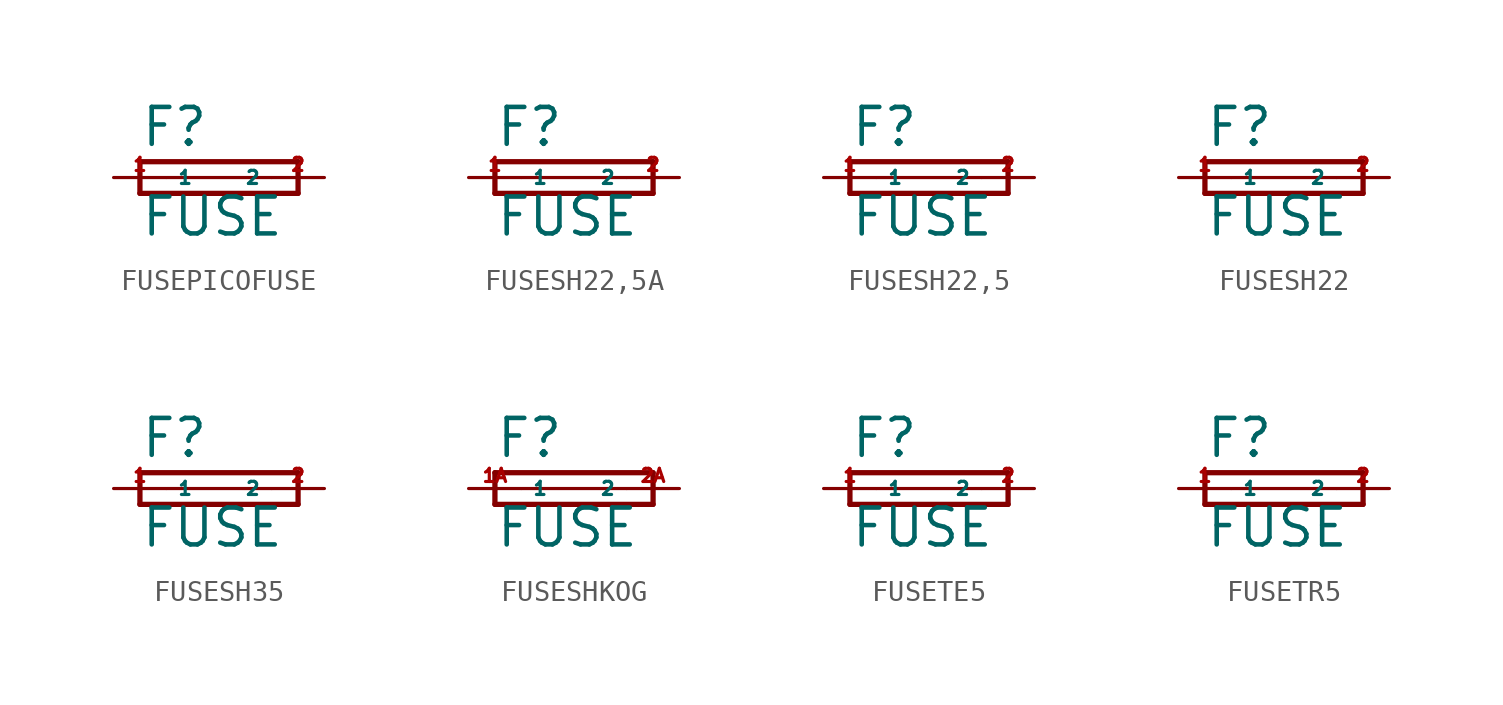
<source format=kicad_sym>
(kicad_symbol_lib
  (version 20220914)
  (generator Eagle2Kicad)
  (symbol "FUSEPICOFUSE"
    (property "Reference" "F"
      (at -3.81 1.397 0)
      (effects (font (size 1.778 1.778) (thickness 0.22)) (justify left bottom)))
    (property "Value" "FUSE"
      (at -3.81 -2.921 0)
      (effects (font (size 1.778 1.778) (thickness 0.22)) (justify left bottom)))
    (polyline
      (pts (xy -3.81 -0.762) (xy 3.81 -0.762))
      (stroke (width 0.254) (type default))
      (fill (type none)))
    (polyline
      (pts (xy 3.81 0.762) (xy -3.81 0.762))
      (stroke (width 0.254) (type default))
      (fill (type none)))
    (polyline
      (pts (xy 3.81 -0.762) (xy 3.81 0.762))
      (stroke (width 0.254) (type default))
      (fill (type none)))
    (polyline
      (pts (xy -3.81 0.762) (xy -3.81 -0.762))
      (stroke (width 0.254) (type default))
      (fill (type none)))
    (polyline
      (pts (xy -2.54 0) (xy 2.54 0))
      (stroke (width 0.152) (type default))
      (fill (type none)))
    (pin passive line
      (at 5.08 0 180)
      (length 2.54)
      (name "2" (effects (font (size 0.635 0.635) (thickness 0.08)) (justify left bottom)))
      (number "2" (effects (font (size 0.635 0.635) (thickness 0.08)) (justify left bottom))))
    (pin passive line
      (at -5.08 0 0)
      (length 2.54)
      (name "1" (effects (font (size 0.635 0.635) (thickness 0.08)) (justify left bottom)))
      (number "1" (effects (font (size 0.635 0.635) (thickness 0.08)) (justify left bottom)))))
  (symbol "FUSESH22,5A"
    (property "Reference" "F"
      (at -3.81 1.397 0)
      (effects (font (size 1.778 1.778) (thickness 0.22)) (justify left bottom)))
    (property "Value" "FUSE"
      (at -3.81 -2.921 0)
      (effects (font (size 1.778 1.778) (thickness 0.22)) (justify left bottom)))
    (polyline
      (pts (xy -3.81 -0.762) (xy 3.81 -0.762))
      (stroke (width 0.254) (type default))
      (fill (type none)))
    (polyline
      (pts (xy 3.81 0.762) (xy -3.81 0.762))
      (stroke (width 0.254) (type default))
      (fill (type none)))
    (polyline
      (pts (xy 3.81 -0.762) (xy 3.81 0.762))
      (stroke (width 0.254) (type default))
      (fill (type none)))
    (polyline
      (pts (xy -3.81 0.762) (xy -3.81 -0.762))
      (stroke (width 0.254) (type default))
      (fill (type none)))
    (polyline
      (pts (xy -2.54 0) (xy 2.54 0))
      (stroke (width 0.152) (type default))
      (fill (type none)))
    (pin passive line
      (at 5.08 0 180)
      (length 2.54)
      (name "2" (effects (font (size 0.635 0.635) (thickness 0.08)) (justify left bottom)))
      (number "2" (effects (font (size 0.635 0.635) (thickness 0.08)) (justify left bottom))))
    (pin passive line
      (at -5.08 0 0)
      (length 2.54)
      (name "1" (effects (font (size 0.635 0.635) (thickness 0.08)) (justify left bottom)))
      (number "1" (effects (font (size 0.635 0.635) (thickness 0.08)) (justify left bottom)))))
  (symbol "FUSESH22,5"
    (property "Reference" "F"
      (at -3.81 1.397 0)
      (effects (font (size 1.778 1.778) (thickness 0.22)) (justify left bottom)))
    (property "Value" "FUSE"
      (at -3.81 -2.921 0)
      (effects (font (size 1.778 1.778) (thickness 0.22)) (justify left bottom)))
    (polyline
      (pts (xy -3.81 -0.762) (xy 3.81 -0.762))
      (stroke (width 0.254) (type default))
      (fill (type none)))
    (polyline
      (pts (xy 3.81 0.762) (xy -3.81 0.762))
      (stroke (width 0.254) (type default))
      (fill (type none)))
    (polyline
      (pts (xy 3.81 -0.762) (xy 3.81 0.762))
      (stroke (width 0.254) (type default))
      (fill (type none)))
    (polyline
      (pts (xy -3.81 0.762) (xy -3.81 -0.762))
      (stroke (width 0.254) (type default))
      (fill (type none)))
    (polyline
      (pts (xy -2.54 0) (xy 2.54 0))
      (stroke (width 0.152) (type default))
      (fill (type none)))
    (pin passive line
      (at 5.08 0 180)
      (length 2.54)
      (name "2" (effects (font (size 0.635 0.635) (thickness 0.08)) (justify left bottom)))
      (number "2" (effects (font (size 0.635 0.635) (thickness 0.08)) (justify left bottom))))
    (pin passive line
      (at -5.08 0 0)
      (length 2.54)
      (name "1" (effects (font (size 0.635 0.635) (thickness 0.08)) (justify left bottom)))
      (number "1" (effects (font (size 0.635 0.635) (thickness 0.08)) (justify left bottom)))))
  (symbol "FUSESH22"
    (property "Reference" "F"
      (at -3.81 1.397 0)
      (effects (font (size 1.778 1.778) (thickness 0.22)) (justify left bottom)))
    (property "Value" "FUSE"
      (at -3.81 -2.921 0)
      (effects (font (size 1.778 1.778) (thickness 0.22)) (justify left bottom)))
    (polyline
      (pts (xy -3.81 -0.762) (xy 3.81 -0.762))
      (stroke (width 0.254) (type default))
      (fill (type none)))
    (polyline
      (pts (xy 3.81 0.762) (xy -3.81 0.762))
      (stroke (width 0.254) (type default))
      (fill (type none)))
    (polyline
      (pts (xy 3.81 -0.762) (xy 3.81 0.762))
      (stroke (width 0.254) (type default))
      (fill (type none)))
    (polyline
      (pts (xy -3.81 0.762) (xy -3.81 -0.762))
      (stroke (width 0.254) (type default))
      (fill (type none)))
    (polyline
      (pts (xy -2.54 0) (xy 2.54 0))
      (stroke (width 0.152) (type default))
      (fill (type none)))
    (pin passive line
      (at 5.08 0 180)
      (length 2.54)
      (name "2" (effects (font (size 0.635 0.635) (thickness 0.08)) (justify left bottom)))
      (number "2" (effects (font (size 0.635 0.635) (thickness 0.08)) (justify left bottom))))
    (pin passive line
      (at -5.08 0 0)
      (length 2.54)
      (name "1" (effects (font (size 0.635 0.635) (thickness 0.08)) (justify left bottom)))
      (number "1" (effects (font (size 0.635 0.635) (thickness 0.08)) (justify left bottom)))))
  (symbol "FUSESH35"
    (property "Reference" "F"
      (at -3.81 1.397 0)
      (effects (font (size 1.778 1.778) (thickness 0.22)) (justify left bottom)))
    (property "Value" "FUSE"
      (at -3.81 -2.921 0)
      (effects (font (size 1.778 1.778) (thickness 0.22)) (justify left bottom)))
    (polyline
      (pts (xy -3.81 -0.762) (xy 3.81 -0.762))
      (stroke (width 0.254) (type default))
      (fill (type none)))
    (polyline
      (pts (xy 3.81 0.762) (xy -3.81 0.762))
      (stroke (width 0.254) (type default))
      (fill (type none)))
    (polyline
      (pts (xy 3.81 -0.762) (xy 3.81 0.762))
      (stroke (width 0.254) (type default))
      (fill (type none)))
    (polyline
      (pts (xy -3.81 0.762) (xy -3.81 -0.762))
      (stroke (width 0.254) (type default))
      (fill (type none)))
    (polyline
      (pts (xy -2.54 0) (xy 2.54 0))
      (stroke (width 0.152) (type default))
      (fill (type none)))
    (pin passive line
      (at 5.08 0 180)
      (length 2.54)
      (name "2" (effects (font (size 0.635 0.635) (thickness 0.08)) (justify left bottom)))
      (number "2" (effects (font (size 0.635 0.635) (thickness 0.08)) (justify left bottom))))
    (pin passive line
      (at -5.08 0 0)
      (length 2.54)
      (name "1" (effects (font (size 0.635 0.635) (thickness 0.08)) (justify left bottom)))
      (number "1" (effects (font (size 0.635 0.635) (thickness 0.08)) (justify left bottom)))))
  (symbol "FUSESHKOG"
    (property "Reference" "F"
      (at -3.81 1.397 0)
      (effects (font (size 1.778 1.778) (thickness 0.22)) (justify left bottom)))
    (property "Value" "FUSE"
      (at -3.81 -2.921 0)
      (effects (font (size 1.778 1.778) (thickness 0.22)) (justify left bottom)))
    (polyline
      (pts (xy -3.81 -0.762) (xy 3.81 -0.762))
      (stroke (width 0.254) (type default))
      (fill (type none)))
    (polyline
      (pts (xy 3.81 0.762) (xy -3.81 0.762))
      (stroke (width 0.254) (type default))
      (fill (type none)))
    (polyline
      (pts (xy 3.81 -0.762) (xy 3.81 0.762))
      (stroke (width 0.254) (type default))
      (fill (type none)))
    (polyline
      (pts (xy -3.81 0.762) (xy -3.81 -0.762))
      (stroke (width 0.254) (type default))
      (fill (type none)))
    (polyline
      (pts (xy -2.54 0) (xy 2.54 0))
      (stroke (width 0.152) (type default))
      (fill (type none)))
    (pin passive line
      (at 5.08 0 180)
      (length 2.54)
      (name "2" (effects (font (size 0.635 0.635) (thickness 0.08)) (justify left bottom)))
      (number "2A" (effects (font (size 0.635 0.635) (thickness 0.08)) (justify left bottom))))
    (pin passive line
      (at -5.08 0 0)
      (length 2.54)
      (name "1" (effects (font (size 0.635 0.635) (thickness 0.08)) (justify left bottom)))
      (number "1A" (effects (font (size 0.635 0.635) (thickness 0.08)) (justify left bottom)))))
  (symbol "FUSETE5"
    (property "Reference" "F"
      (at -3.81 1.397 0)
      (effects (font (size 1.778 1.778) (thickness 0.22)) (justify left bottom)))
    (property "Value" "FUSE"
      (at -3.81 -2.921 0)
      (effects (font (size 1.778 1.778) (thickness 0.22)) (justify left bottom)))
    (polyline
      (pts (xy -3.81 -0.762) (xy 3.81 -0.762))
      (stroke (width 0.254) (type default))
      (fill (type none)))
    (polyline
      (pts (xy 3.81 0.762) (xy -3.81 0.762))
      (stroke (width 0.254) (type default))
      (fill (type none)))
    (polyline
      (pts (xy 3.81 -0.762) (xy 3.81 0.762))
      (stroke (width 0.254) (type default))
      (fill (type none)))
    (polyline
      (pts (xy -3.81 0.762) (xy -3.81 -0.762))
      (stroke (width 0.254) (type default))
      (fill (type none)))
    (polyline
      (pts (xy -2.54 0) (xy 2.54 0))
      (stroke (width 0.152) (type default))
      (fill (type none)))
    (pin passive line
      (at 5.08 0 180)
      (length 2.54)
      (name "2" (effects (font (size 0.635 0.635) (thickness 0.08)) (justify left bottom)))
      (number "2" (effects (font (size 0.635 0.635) (thickness 0.08)) (justify left bottom))))
    (pin passive line
      (at -5.08 0 0)
      (length 2.54)
      (name "1" (effects (font (size 0.635 0.635) (thickness 0.08)) (justify left bottom)))
      (number "1" (effects (font (size 0.635 0.635) (thickness 0.08)) (justify left bottom)))))
  (symbol "FUSETR5"
    (property "Reference" "F"
      (at -3.81 1.397 0)
      (effects (font (size 1.778 1.778) (thickness 0.22)) (justify left bottom)))
    (property "Value" "FUSE"
      (at -3.81 -2.921 0)
      (effects (font (size 1.778 1.778) (thickness 0.22)) (justify left bottom)))
    (polyline
      (pts (xy -3.81 -0.762) (xy 3.81 -0.762))
      (stroke (width 0.254) (type default))
      (fill (type none)))
    (polyline
      (pts (xy 3.81 0.762) (xy -3.81 0.762))
      (stroke (width 0.254) (type default))
      (fill (type none)))
    (polyline
      (pts (xy 3.81 -0.762) (xy 3.81 0.762))
      (stroke (width 0.254) (type default))
      (fill (type none)))
    (polyline
      (pts (xy -3.81 0.762) (xy -3.81 -0.762))
      (stroke (width 0.254) (type default))
      (fill (type none)))
    (polyline
      (pts (xy -2.54 0) (xy 2.54 0))
      (stroke (width 0.152) (type default))
      (fill (type none)))
    (pin passive line
      (at 5.08 0 180)
      (length 2.54)
      (name "2" (effects (font (size 0.635 0.635) (thickness 0.08)) (justify left bottom)))
      (number "2" (effects (font (size 0.635 0.635) (thickness 0.08)) (justify left bottom))))
    (pin passive line
      (at -5.08 0 0)
      (length 2.54)
      (name "1" (effects (font (size 0.635 0.635) (thickness 0.08)) (justify left bottom)))
      (number "1" (effects (font (size 0.635 0.635) (thickness 0.08)) (justify left bottom))))))
</source>
